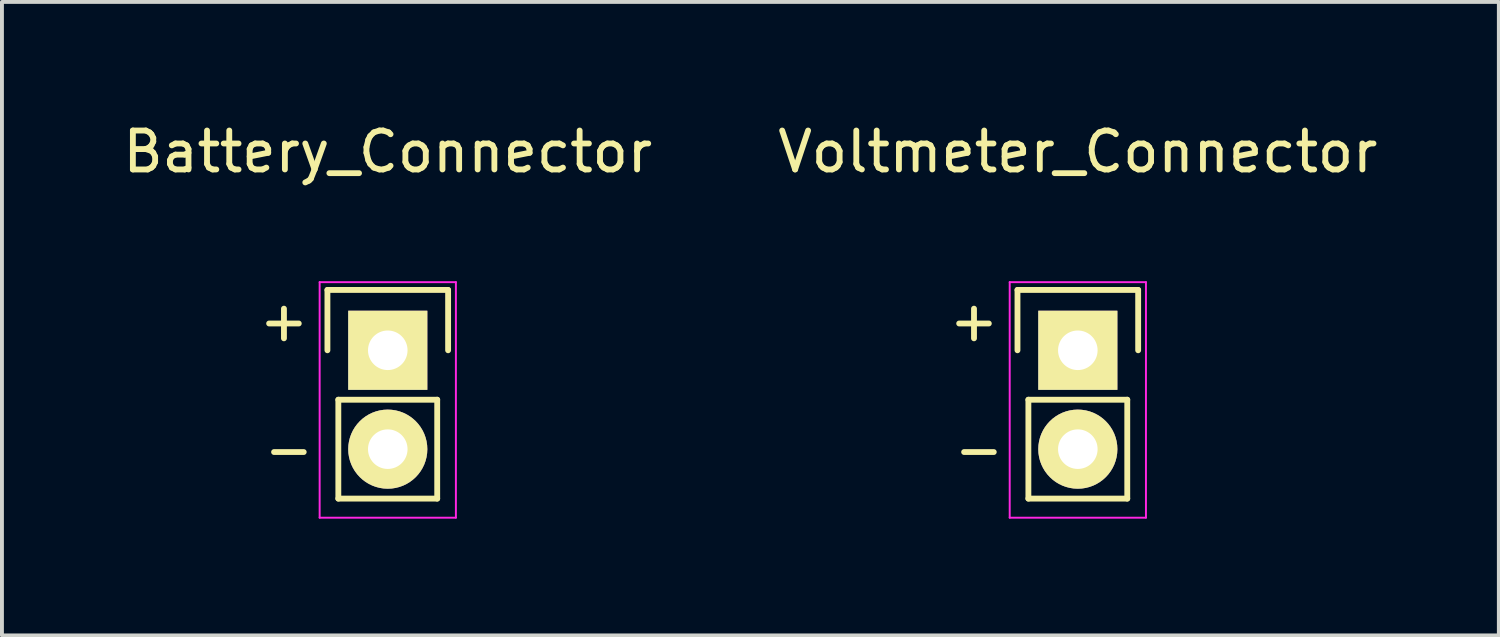
<source format=kicad_pcb>
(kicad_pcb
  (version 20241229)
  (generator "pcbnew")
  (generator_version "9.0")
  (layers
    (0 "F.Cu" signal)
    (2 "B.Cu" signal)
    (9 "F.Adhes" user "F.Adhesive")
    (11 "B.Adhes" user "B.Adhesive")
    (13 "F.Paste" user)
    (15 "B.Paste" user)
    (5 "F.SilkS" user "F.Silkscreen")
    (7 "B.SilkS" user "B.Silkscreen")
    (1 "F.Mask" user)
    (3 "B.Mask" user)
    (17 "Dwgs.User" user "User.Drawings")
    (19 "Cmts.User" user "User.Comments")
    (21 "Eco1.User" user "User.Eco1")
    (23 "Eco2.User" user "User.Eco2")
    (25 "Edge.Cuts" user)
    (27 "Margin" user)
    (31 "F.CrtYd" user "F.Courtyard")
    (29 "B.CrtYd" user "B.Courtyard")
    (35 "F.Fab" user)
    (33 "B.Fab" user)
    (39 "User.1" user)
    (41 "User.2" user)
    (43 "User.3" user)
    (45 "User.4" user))
  (footprint "Voltmeter_Connector"
    (layer "F.Cu")
    (at 24.637 5.948)
    (property "Reference" "Voltmeter_Connector" (at 0 -5.1 0) (layer "F.SilkS") (effects (font (size 1 1) (thickness 0.15))))
    (attr through_hole)
    (fp_line (start -1.55 -1.55) (end 1.55 -1.55) (stroke (width 0.15) (type solid)) (layer "F.SilkS"))
    (fp_line (start -1.55 0) (end -1.55 -1.55) (stroke (width 0.15) (type solid)) (layer "F.SilkS"))
    (fp_line (start -1.27 1.27) (end -1.27 3.81) (stroke (width 0.15) (type solid)) (layer "F.SilkS"))
    (fp_line (start -1.27 3.81) (end 1.27 3.81) (stroke (width 0.15) (type solid)) (layer "F.SilkS"))
    (fp_line (start 1.27 1.27) (end -1.27 1.27) (stroke (width 0.15) (type solid)) (layer "F.SilkS"))
    (fp_line (start 1.27 1.27) (end 1.27 3.81) (stroke (width 0.15) (type solid)) (layer "F.SilkS"))
    (fp_line (start 1.55 -1.55) (end 1.55 0) (stroke (width 0.15) (type solid)) (layer "F.SilkS"))
    (fp_line (start -1.75 -1.75) (end -1.75 4.3) (stroke (width 0.05) (type solid)) (layer "F.CrtYd"))
    (fp_line (start -1.75 -1.75) (end 1.75 -1.75) (stroke (width 0.05) (type solid)) (layer "F.CrtYd"))
    (fp_line (start -1.75 4.3) (end 1.75 4.3) (stroke (width 0.05) (type solid)) (layer "F.CrtYd"))
    (fp_line (start 1.75 -1.75) (end 1.75 4.3) (stroke (width 0.05) (type solid)) (layer "F.CrtYd"))
    (fp_text user "-" (at -2.54 2.54 0) (layer "F.SilkS") (effects (font (size 1 1) (thickness 0.15))))
    (fp_text user "+" (at -2.667 -0.762 0) (layer "F.SilkS") (effects (font (size 1 1) (thickness 0.15))))
    (pad "1" thru_hole rect (at 0 0) (size 2.032 2.032) (drill 1.016) (layers "*.Cu" "*.Mask" "F.SilkS"))
    (pad "2" thru_hole oval (at 0 2.54) (size 2.032 2.032) (drill 1.016) (layers "*.Cu" "*.Mask" "F.SilkS")))
  (footprint "Battery_Connector"
    (layer "F.Cu")
    (at 6.911 5.948)
    (property "Reference" "Battery_Connector" (at 0 -5.1 0) (layer "F.SilkS") (effects (font (size 1 1) (thickness 0.15))))
    (attr through_hole)
    (fp_line (start -1.55 -1.55) (end 1.55 -1.55) (stroke (width 0.15) (type solid)) (layer "F.SilkS"))
    (fp_line (start -1.55 0) (end -1.55 -1.55) (stroke (width 0.15) (type solid)) (layer "F.SilkS"))
    (fp_line (start -1.27 1.27) (end -1.27 3.81) (stroke (width 0.15) (type solid)) (layer "F.SilkS"))
    (fp_line (start -1.27 3.81) (end 1.27 3.81) (stroke (width 0.15) (type solid)) (layer "F.SilkS"))
    (fp_line (start 1.27 1.27) (end -1.27 1.27) (stroke (width 0.15) (type solid)) (layer "F.SilkS"))
    (fp_line (start 1.27 1.27) (end 1.27 3.81) (stroke (width 0.15) (type solid)) (layer "F.SilkS"))
    (fp_line (start 1.55 -1.55) (end 1.55 0) (stroke (width 0.15) (type solid)) (layer "F.SilkS"))
    (fp_line (start -1.75 -1.75) (end -1.75 4.3) (stroke (width 0.05) (type solid)) (layer "F.CrtYd"))
    (fp_line (start -1.75 -1.75) (end 1.75 -1.75) (stroke (width 0.05) (type solid)) (layer "F.CrtYd"))
    (fp_line (start -1.75 4.3) (end 1.75 4.3) (stroke (width 0.05) (type solid)) (layer "F.CrtYd"))
    (fp_line (start 1.75 -1.75) (end 1.75 4.3) (stroke (width 0.05) (type solid)) (layer "F.CrtYd"))
    (fp_text user "-" (at -2.54 2.54 0) (layer "F.SilkS") (effects (font (size 1 1) (thickness 0.15))))
    (fp_text user "+" (at -2.667 -0.762 0) (layer "F.SilkS") (effects (font (size 1 1) (thickness 0.15))))
    (pad "1" thru_hole rect (at 0 0) (size 2.032 2.032) (drill 1.016) (layers "*.Cu" "*.Mask" "F.SilkS"))
    (pad "2" thru_hole oval (at 0 2.54) (size 2.032 2.032) (drill 1.016) (layers "*.Cu" "*.Mask" "F.SilkS")))
  (gr_rect
    (start -3 -3)
    (end 35.452 13.273)
    (stroke (width 0.1) (type default))
    (fill no)
    (layer "Edge.Cuts")))
</source>
